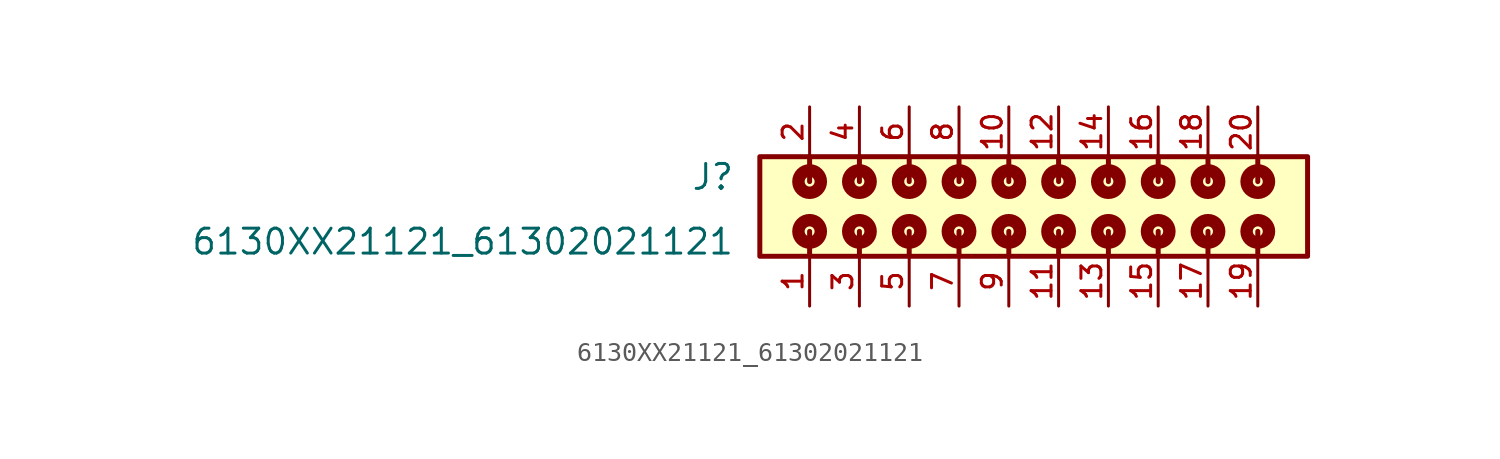
<source format=kicad_sym>
(kicad_symbol_lib
  (version 20211014)
  (generator kicad_symbol_editor)
  (symbol "6130XX21121_61302021121"
    (pin_names
      (offset 1.016))
    (property "Reference" "J"
      (at -13.97 0.762 0)
      (effects (font (size 1.27 1.27)) (justify bottom right)))
    (property "Value" "6130XX21121_61302021121"
      (at -13.97 -2.54 0)
      (effects (font (size 1.27 1.27)) (justify bottom right)))
    (symbol "6130XX21121_61302021121_0_0"
      (polyline (pts (xy -10.16 1.27) (xy -10.16 2.54)) (stroke (width 0.254)))
      (polyline (pts (xy -10.16 -1.27) (xy -10.16 -2.54)) (stroke (width 0.254)))
      (polyline (pts (xy -7.62 1.27) (xy -7.62 2.54)) (stroke (width 0.254)))
      (polyline (pts (xy -7.62 -1.27) (xy -7.62 -2.54)) (stroke (width 0.254)))
      (polyline (pts (xy -5.08 1.27) (xy -5.08 2.54)) (stroke (width 0.254)))
      (polyline (pts (xy -5.08 -1.27) (xy -5.08 -2.54)) (stroke (width 0.254)))
      (polyline (pts (xy -2.54 1.27) (xy -2.54 2.54)) (stroke (width 0.254)))
      (polyline (pts (xy -2.54 -1.27) (xy -2.54 -2.54)) (stroke (width 0.254)))
      (polyline (pts (xy 0.0 1.27) (xy 0.0 2.54)) (stroke (width 0.254)))
      (polyline (pts (xy 0.0 -1.27) (xy 0.0 -2.54)) (stroke (width 0.254)))
      (polyline (pts (xy 2.54 1.27) (xy 2.54 2.54)) (stroke (width 0.254)))
      (polyline (pts (xy 2.54 -1.27) (xy 2.54 -2.54)) (stroke (width 0.254)))
      (polyline (pts (xy 5.08 1.27) (xy 5.08 2.54)) (stroke (width 0.254)))
      (polyline (pts (xy 5.08 -1.27) (xy 5.08 -2.54)) (stroke (width 0.254)))
      (polyline (pts (xy 7.62 1.27) (xy 7.62 2.54)) (stroke (width 0.254)))
      (polyline (pts (xy 7.62 -1.27) (xy 7.62 -2.54)) (stroke (width 0.254)))
      (polyline (pts (xy 10.16 1.27) (xy 10.16 2.54)) (stroke (width 0.254)))
      (polyline (pts (xy 10.16 -1.27) (xy 10.16 -2.54)) (stroke (width 0.254)))
      (polyline (pts (xy 12.7 1.27) (xy 12.7 2.54)) (stroke (width 0.254)))
      (polyline (pts (xy 12.7 -1.27) (xy 12.7 -2.54)) (stroke (width 0.254)))
      (circle (center -10.16 -1.27) (radius 0.254) (stroke (width 0.635)) (fill (type none)))
      (circle (center -10.16 1.27) (radius 0.254) (stroke (width 0.635)) (fill (type none)))
      (circle (center -7.62 -1.27) (radius 0.254) (stroke (width 0.635)) (fill (type none)))
      (circle (center -7.62 1.27) (radius 0.254) (stroke (width 0.635)) (fill (type none)))
      (circle (center -5.08 -1.27) (radius 0.254) (stroke (width 0.635)) (fill (type none)))
      (circle (center -5.08 1.27) (radius 0.254) (stroke (width 0.635)) (fill (type none)))
      (circle (center -2.54 -1.27) (radius 0.254) (stroke (width 0.635)) (fill (type none)))
      (circle (center -2.54 1.27) (radius 0.254) (stroke (width 0.635)) (fill (type none)))
      (circle (center 0.0 -1.27) (radius 0.254) (stroke (width 0.635)) (fill (type none)))
      (circle (center 0.0 1.27) (radius 0.254) (stroke (width 0.635)) (fill (type none)))
      (circle (center 2.54 -1.27) (radius 0.254) (stroke (width 0.635)) (fill (type none)))
      (circle (center 2.54 1.27) (radius 0.254) (stroke (width 0.635)) (fill (type none)))
      (circle (center 5.08 -1.27) (radius 0.254) (stroke (width 0.635)) (fill (type none)))
      (circle (center 5.08 1.27) (radius 0.254) (stroke (width 0.635)) (fill (type none)))
      (circle (center 7.62 -1.27) (radius 0.254) (stroke (width 0.635)) (fill (type none)))
      (circle (center 7.62 1.27) (radius 0.254) (stroke (width 0.635)) (fill (type none)))
      (circle (center 10.16 -1.27) (radius 0.254) (stroke (width 0.635)) (fill (type none)))
      (circle (center 10.16 1.27) (radius 0.254) (stroke (width 0.635)) (fill (type none)))
      (circle (center 12.7 -1.27) (radius 0.254) (stroke (width 0.635)) (fill (type none)))
      (circle (center 12.7 1.27) (radius 0.254) (stroke (width 0.635)) (fill (type none)))
      (rectangle (start -12.7 -2.54) (end 15.24 2.54) (stroke (width 0.254)) (fill (type background)))
      (pin passive line (at -10.16 -5.08 90.0) (length 2.54) (name "~" (effects (font (size 1.016 1.016)))) (number "1" (effects (font (size 1.016 1.016)))))
      (pin passive line (at -10.16 5.08 270.0) (length 2.54) (name "~" (effects (font (size 1.016 1.016)))) (number "2" (effects (font (size 1.016 1.016)))))
      (pin passive line (at -7.62 -5.08 90.0) (length 2.54) (name "~" (effects (font (size 1.016 1.016)))) (number "3" (effects (font (size 1.016 1.016)))))
      (pin passive line (at -7.62 5.08 270.0) (length 2.54) (name "~" (effects (font (size 1.016 1.016)))) (number "4" (effects (font (size 1.016 1.016)))))
      (pin passive line (at -5.08 -5.08 90.0) (length 2.54) (name "~" (effects (font (size 1.016 1.016)))) (number "5" (effects (font (size 1.016 1.016)))))
      (pin passive line (at -5.08 5.08 270.0) (length 2.54) (name "~" (effects (font (size 1.016 1.016)))) (number "6" (effects (font (size 1.016 1.016)))))
      (pin passive line (at -2.54 -5.08 90.0) (length 2.54) (name "~" (effects (font (size 1.016 1.016)))) (number "7" (effects (font (size 1.016 1.016)))))
      (pin passive line (at -2.54 5.08 270.0) (length 2.54) (name "~" (effects (font (size 1.016 1.016)))) (number "8" (effects (font (size 1.016 1.016)))))
      (pin passive line (at 0.0 -5.08 90.0) (length 2.54) (name "~" (effects (font (size 1.016 1.016)))) (number "9" (effects (font (size 1.016 1.016)))))
      (pin passive line (at 0.0 5.08 270.0) (length 2.54) (name "~" (effects (font (size 1.016 1.016)))) (number "10" (effects (font (size 1.016 1.016)))))
      (pin passive line (at 2.54 -5.08 90.0) (length 2.54) (name "~" (effects (font (size 1.016 1.016)))) (number "11" (effects (font (size 1.016 1.016)))))
      (pin passive line (at 2.54 5.08 270.0) (length 2.54) (name "~" (effects (font (size 1.016 1.016)))) (number "12" (effects (font (size 1.016 1.016)))))
      (pin passive line (at 5.08 -5.08 90.0) (length 2.54) (name "~" (effects (font (size 1.016 1.016)))) (number "13" (effects (font (size 1.016 1.016)))))
      (pin passive line (at 5.08 5.08 270.0) (length 2.54) (name "~" (effects (font (size 1.016 1.016)))) (number "14" (effects (font (size 1.016 1.016)))))
      (pin passive line (at 7.62 -5.08 90.0) (length 2.54) (name "~" (effects (font (size 1.016 1.016)))) (number "15" (effects (font (size 1.016 1.016)))))
      (pin passive line (at 7.62 5.08 270.0) (length 2.54) (name "~" (effects (font (size 1.016 1.016)))) (number "16" (effects (font (size 1.016 1.016)))))
      (pin passive line (at 10.16 -5.08 90.0) (length 2.54) (name "~" (effects (font (size 1.016 1.016)))) (number "17" (effects (font (size 1.016 1.016)))))
      (pin passive line (at 10.16 5.08 270.0) (length 2.54) (name "~" (effects (font (size 1.016 1.016)))) (number "18" (effects (font (size 1.016 1.016)))))
      (pin passive line (at 12.7 -5.08 90.0) (length 2.54) (name "~" (effects (font (size 1.016 1.016)))) (number "19" (effects (font (size 1.016 1.016)))))
      (pin passive line (at 12.7 5.08 270.0) (length 2.54) (name "~" (effects (font (size 1.016 1.016)))) (number "20" (effects (font (size 1.016 1.016))))))))
</source>
